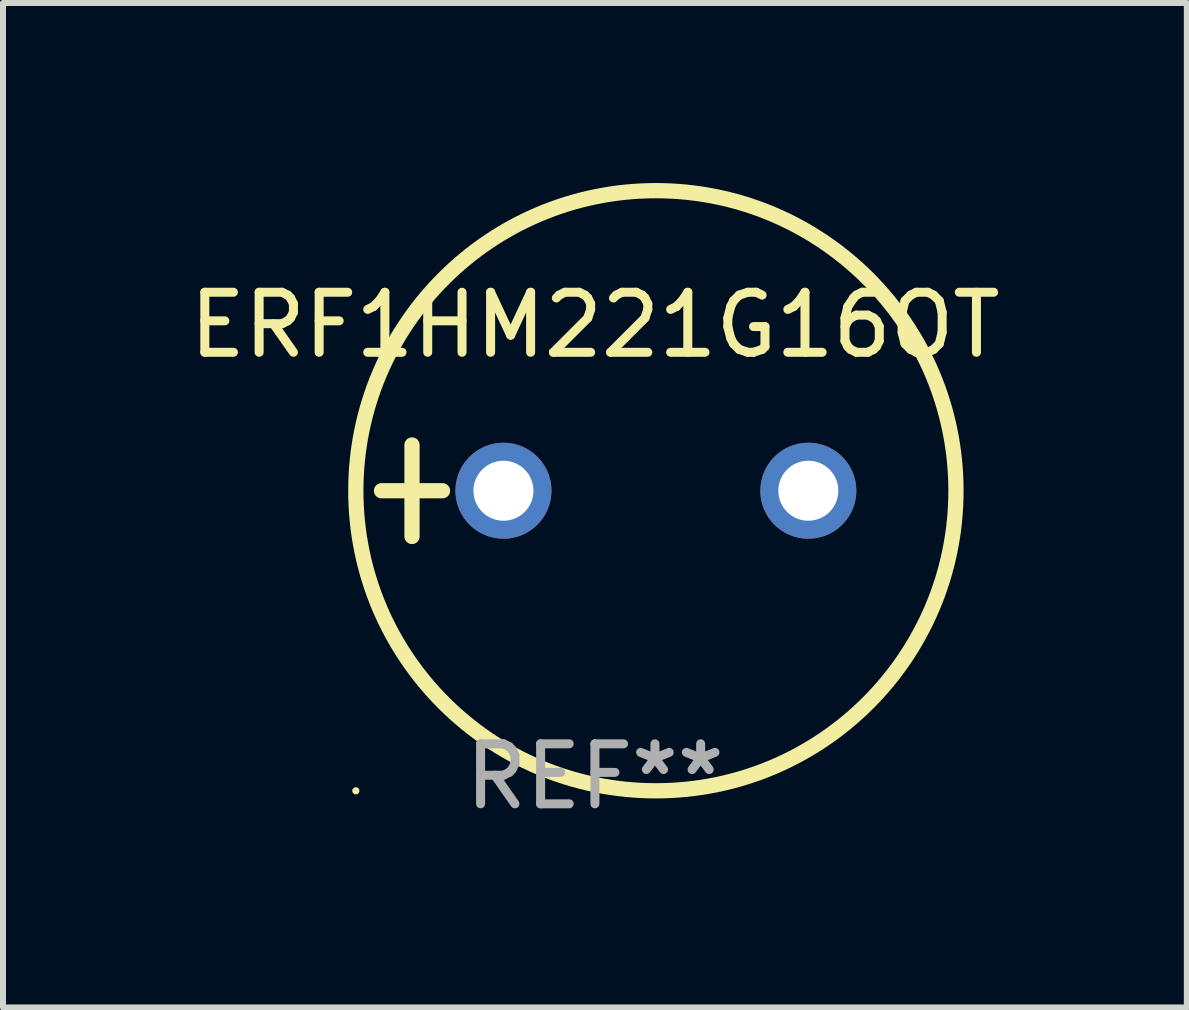
<source format=kicad_pcb>
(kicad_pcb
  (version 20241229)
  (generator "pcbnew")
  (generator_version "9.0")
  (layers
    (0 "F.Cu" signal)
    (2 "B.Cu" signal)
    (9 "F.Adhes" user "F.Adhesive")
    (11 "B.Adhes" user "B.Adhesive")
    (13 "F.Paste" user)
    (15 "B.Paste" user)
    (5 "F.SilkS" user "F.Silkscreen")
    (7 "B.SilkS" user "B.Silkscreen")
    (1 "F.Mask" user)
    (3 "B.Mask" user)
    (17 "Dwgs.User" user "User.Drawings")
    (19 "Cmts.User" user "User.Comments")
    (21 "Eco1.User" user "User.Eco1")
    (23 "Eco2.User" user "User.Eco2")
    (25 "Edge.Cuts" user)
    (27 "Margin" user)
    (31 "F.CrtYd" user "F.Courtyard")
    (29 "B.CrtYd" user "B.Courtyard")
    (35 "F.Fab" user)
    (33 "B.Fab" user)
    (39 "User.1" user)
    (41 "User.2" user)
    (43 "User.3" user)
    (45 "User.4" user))
  (footprint "ERF1HM221G16OT"
    (layer "F.Cu")
    (at 6.863 5.127)
    (property "Reference" "ERF1HM221G16OT" (at 0 -2.762 0) (layer "F.SilkS") (effects (font (size 1 1) (thickness 0.15))))
    (attr through_hole)
    (fp_line (start -3.556 0) (end -2.54 0) (stroke (width 0.254) (type solid)) (layer "F.SilkS"))
    (fp_line (start -3.048 -0.762) (end -3.048 0.762) (stroke (width 0.254) (type solid)) (layer "F.SilkS"))
    (fp_circle (center -3.984 5) (end -3.954 5) (stroke (width 0.06) (type solid)) (fill no) (layer "F.SilkS"))
    (fp_circle (center 1.016 0) (end 6.016 0) (stroke (width 0.254) (type solid)) (fill no) (layer "F.SilkS"))
    (fp_text user "REF**" (at 0 4.762 0) (layer "F.Fab") (effects (font (size 1 1) (thickness 0.15))))
    (pad "1" thru_hole circle (at -1.524 0) (size 1.6 1.6) (drill 1) (layers "*.Cu" "*.Mask"))
    (pad "2" thru_hole circle (at 3.556 0) (size 1.6 1.6) (drill 1) (layers "*.Cu" "*.Mask")))
  (gr_rect
    (start -3 -3)
    (end 16.726 13.737)
    (stroke (width 0.1) (type default))
    (fill no)
    (layer "Edge.Cuts")))
</source>
